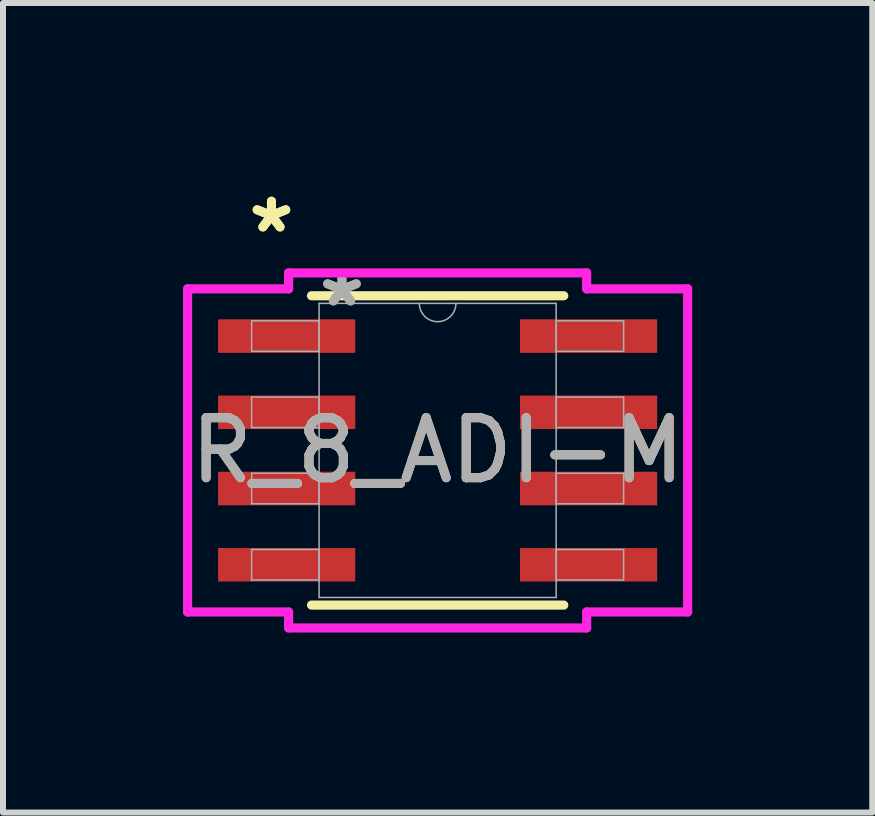
<source format=kicad_pcb>
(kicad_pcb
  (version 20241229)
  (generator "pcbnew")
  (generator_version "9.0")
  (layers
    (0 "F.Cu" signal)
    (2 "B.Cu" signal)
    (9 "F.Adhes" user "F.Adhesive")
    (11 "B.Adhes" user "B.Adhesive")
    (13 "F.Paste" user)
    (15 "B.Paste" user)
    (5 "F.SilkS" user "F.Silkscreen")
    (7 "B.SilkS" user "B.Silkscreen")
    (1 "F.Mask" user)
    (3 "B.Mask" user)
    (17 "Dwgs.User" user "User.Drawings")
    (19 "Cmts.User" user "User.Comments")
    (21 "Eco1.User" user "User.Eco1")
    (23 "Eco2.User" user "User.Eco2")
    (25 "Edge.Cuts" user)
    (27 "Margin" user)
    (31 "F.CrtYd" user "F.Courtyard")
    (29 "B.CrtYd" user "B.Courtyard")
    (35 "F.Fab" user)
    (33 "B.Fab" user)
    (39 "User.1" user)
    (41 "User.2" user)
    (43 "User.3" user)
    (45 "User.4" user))
  (footprint "R_8_ADI-M"
    (layer "F.Cu")
    (at 4.242 4.455)
    (property "Reference" "R_8_ADI-M" (at 0 0 0) (unlocked yes) (layer "F.SilkS") (effects (font (size 1 1) (thickness 0.15))))
    (attr smd)
    (fp_line (start -2.102 2.577) (end 2.102 2.577) (stroke (width 0.152) (type solid)) (layer "F.SilkS"))
    (fp_line (start 2.102 -2.577) (end -2.102 -2.577) (stroke (width 0.152) (type solid)) (layer "F.SilkS"))
    (fp_line (start -4.166 -2.692) (end -2.483 -2.692) (stroke (width 0.152) (type solid)) (layer "F.CrtYd"))
    (fp_line (start -4.166 2.692) (end -4.166 -2.692) (stroke (width 0.152) (type solid)) (layer "F.CrtYd"))
    (fp_line (start -4.166 2.692) (end -2.483 2.692) (stroke (width 0.152) (type solid)) (layer "F.CrtYd"))
    (fp_line (start -2.483 -2.958) (end 2.483 -2.958) (stroke (width 0.152) (type solid)) (layer "F.CrtYd"))
    (fp_line (start -2.483 -2.692) (end -2.483 -2.958) (stroke (width 0.152) (type solid)) (layer "F.CrtYd"))
    (fp_line (start -2.483 2.958) (end -2.483 2.692) (stroke (width 0.152) (type solid)) (layer "F.CrtYd"))
    (fp_line (start 2.483 -2.958) (end 2.483 -2.692) (stroke (width 0.152) (type solid)) (layer "F.CrtYd"))
    (fp_line (start 2.483 2.692) (end 2.483 2.958) (stroke (width 0.152) (type solid)) (layer "F.CrtYd"))
    (fp_line (start 2.483 2.958) (end -2.483 2.958) (stroke (width 0.152) (type solid)) (layer "F.CrtYd"))
    (fp_line (start 4.166 -2.692) (end 2.483 -2.692) (stroke (width 0.152) (type solid)) (layer "F.CrtYd"))
    (fp_line (start 4.166 -2.692) (end 4.166 2.692) (stroke (width 0.152) (type solid)) (layer "F.CrtYd"))
    (fp_line (start 4.166 2.692) (end 2.483 2.692) (stroke (width 0.152) (type solid)) (layer "F.CrtYd"))
    (fp_line (start -3.099 -2.159) (end -3.099 -1.651) (stroke (width 0.025) (type solid)) (layer "F.Fab"))
    (fp_line (start -3.099 -1.651) (end -1.975 -1.651) (stroke (width 0.025) (type solid)) (layer "F.Fab"))
    (fp_line (start -3.099 -0.889) (end -3.099 -0.381) (stroke (width 0.025) (type solid)) (layer "F.Fab"))
    (fp_line (start -3.099 -0.381) (end -1.975 -0.381) (stroke (width 0.025) (type solid)) (layer "F.Fab"))
    (fp_line (start -3.099 0.381) (end -3.099 0.889) (stroke (width 0.025) (type solid)) (layer "F.Fab"))
    (fp_line (start -3.099 0.889) (end -1.975 0.889) (stroke (width 0.025) (type solid)) (layer "F.Fab"))
    (fp_line (start -3.099 1.651) (end -3.099 2.159) (stroke (width 0.025) (type solid)) (layer "F.Fab"))
    (fp_line (start -3.099 2.159) (end -1.975 2.159) (stroke (width 0.025) (type solid)) (layer "F.Fab"))
    (fp_line (start -1.975 -2.45) (end -1.975 2.45) (stroke (width 0.025) (type solid)) (layer "F.Fab"))
    (fp_line (start -1.975 -2.159) (end -3.099 -2.159) (stroke (width 0.025) (type solid)) (layer "F.Fab"))
    (fp_line (start -1.975 -1.651) (end -1.975 -2.159) (stroke (width 0.025) (type solid)) (layer "F.Fab"))
    (fp_line (start -1.975 -0.889) (end -3.099 -0.889) (stroke (width 0.025) (type solid)) (layer "F.Fab"))
    (fp_line (start -1.975 -0.381) (end -1.975 -0.889) (stroke (width 0.025) (type solid)) (layer "F.Fab"))
    (fp_line (start -1.975 0.381) (end -3.099 0.381) (stroke (width 0.025) (type solid)) (layer "F.Fab"))
    (fp_line (start -1.975 0.889) (end -1.975 0.381) (stroke (width 0.025) (type solid)) (layer "F.Fab"))
    (fp_line (start -1.975 1.651) (end -3.099 1.651) (stroke (width 0.025) (type solid)) (layer "F.Fab"))
    (fp_line (start -1.975 2.159) (end -1.975 1.651) (stroke (width 0.025) (type solid)) (layer "F.Fab"))
    (fp_line (start -1.975 2.45) (end 1.975 2.45) (stroke (width 0.025) (type solid)) (layer "F.Fab"))
    (fp_line (start 1.975 -2.45) (end -1.975 -2.45) (stroke (width 0.025) (type solid)) (layer "F.Fab"))
    (fp_line (start 1.975 -2.159) (end 1.975 -1.651) (stroke (width 0.025) (type solid)) (layer "F.Fab"))
    (fp_line (start 1.975 -1.651) (end 3.099 -1.651) (stroke (width 0.025) (type solid)) (layer "F.Fab"))
    (fp_line (start 1.975 -0.889) (end 1.975 -0.381) (stroke (width 0.025) (type solid)) (layer "F.Fab"))
    (fp_line (start 1.975 -0.381) (end 3.099 -0.381) (stroke (width 0.025) (type solid)) (layer "F.Fab"))
    (fp_line (start 1.975 0.381) (end 1.975 0.889) (stroke (width 0.025) (type solid)) (layer "F.Fab"))
    (fp_line (start 1.975 0.889) (end 3.099 0.889) (stroke (width 0.025) (type solid)) (layer "F.Fab"))
    (fp_line (start 1.975 1.651) (end 1.975 2.159) (stroke (width 0.025) (type solid)) (layer "F.Fab"))
    (fp_line (start 1.975 2.159) (end 3.099 2.159) (stroke (width 0.025) (type solid)) (layer "F.Fab"))
    (fp_line (start 1.975 2.45) (end 1.975 -2.45) (stroke (width 0.025) (type solid)) (layer "F.Fab"))
    (fp_line (start 3.099 -2.159) (end 1.975 -2.159) (stroke (width 0.025) (type solid)) (layer "F.Fab"))
    (fp_line (start 3.099 -1.651) (end 3.099 -2.159) (stroke (width 0.025) (type solid)) (layer "F.Fab"))
    (fp_line (start 3.099 -0.889) (end 1.975 -0.889) (stroke (width 0.025) (type solid)) (layer "F.Fab"))
    (fp_line (start 3.099 -0.381) (end 3.099 -0.889) (stroke (width 0.025) (type solid)) (layer "F.Fab"))
    (fp_line (start 3.099 0.381) (end 1.975 0.381) (stroke (width 0.025) (type solid)) (layer "F.Fab"))
    (fp_line (start 3.099 0.889) (end 3.099 0.381) (stroke (width 0.025) (type solid)) (layer "F.Fab"))
    (fp_line (start 3.099 1.651) (end 1.975 1.651) (stroke (width 0.025) (type solid)) (layer "F.Fab"))
    (fp_line (start 3.099 2.159) (end 3.099 1.651) (stroke (width 0.025) (type solid)) (layer "F.Fab"))
    (fp_arc (start 0.3048 -2.45) (mid 0 -2.1452) (end -0.3048 -2.45) (stroke (width 0.0254) (type solid)) (layer "F.Fab"))
    (fp_text user "*" (at -2.769 -3.607 0) (layer "F.SilkS") (effects (font (size 1 1) (thickness 0.15))))
    (fp_text user "*" (at -2.769 -3.607 0) (unlocked yes) (layer "F.SilkS") (effects (font (size 1 1) (thickness 0.15))))
    (fp_text user "${REFERENCE}" (at 0 0 0) (unlocked yes) (layer "F.Fab") (effects (font (size 1 1) (thickness 0.15))))
    (fp_text user "*" (at -1.594 -2.374 0) (layer "F.Fab") (effects (font (size 1 1) (thickness 0.15))))
    (fp_text user "*" (at -1.594 -2.374 0) (unlocked yes) (layer "F.Fab") (effects (font (size 1 1) (thickness 0.15))))
    (pad "1" smd rect (at -2.515 -1.905) (size 2.286 0.559) (layers "F.Cu" "F.Mask" "F.Paste"))
    (pad "2" smd rect (at -2.515 -0.635) (size 2.286 0.559) (layers "F.Cu" "F.Mask" "F.Paste"))
    (pad "3" smd rect (at -2.515 0.635) (size 2.286 0.559) (layers "F.Cu" "F.Mask" "F.Paste"))
    (pad "4" smd rect (at -2.515 1.905) (size 2.286 0.559) (layers "F.Cu" "F.Mask" "F.Paste"))
    (pad "5" smd rect (at 2.515 1.905) (size 2.286 0.559) (layers "F.Cu" "F.Mask" "F.Paste"))
    (pad "6" smd rect (at 2.515 0.635) (size 2.286 0.559) (layers "F.Cu" "F.Mask" "F.Paste"))
    (pad "7" smd rect (at 2.515 -0.635) (size 2.286 0.559) (layers "F.Cu" "F.Mask" "F.Paste"))
    (pad "8" smd rect (at 2.515 -1.905) (size 2.286 0.559) (layers "F.Cu" "F.Mask" "F.Paste")))
  (gr_rect
    (start -3 -3)
    (end 11.484 10.489)
    (stroke (width 0.1) (type default))
    (fill no)
    (layer "Edge.Cuts")))
</source>
